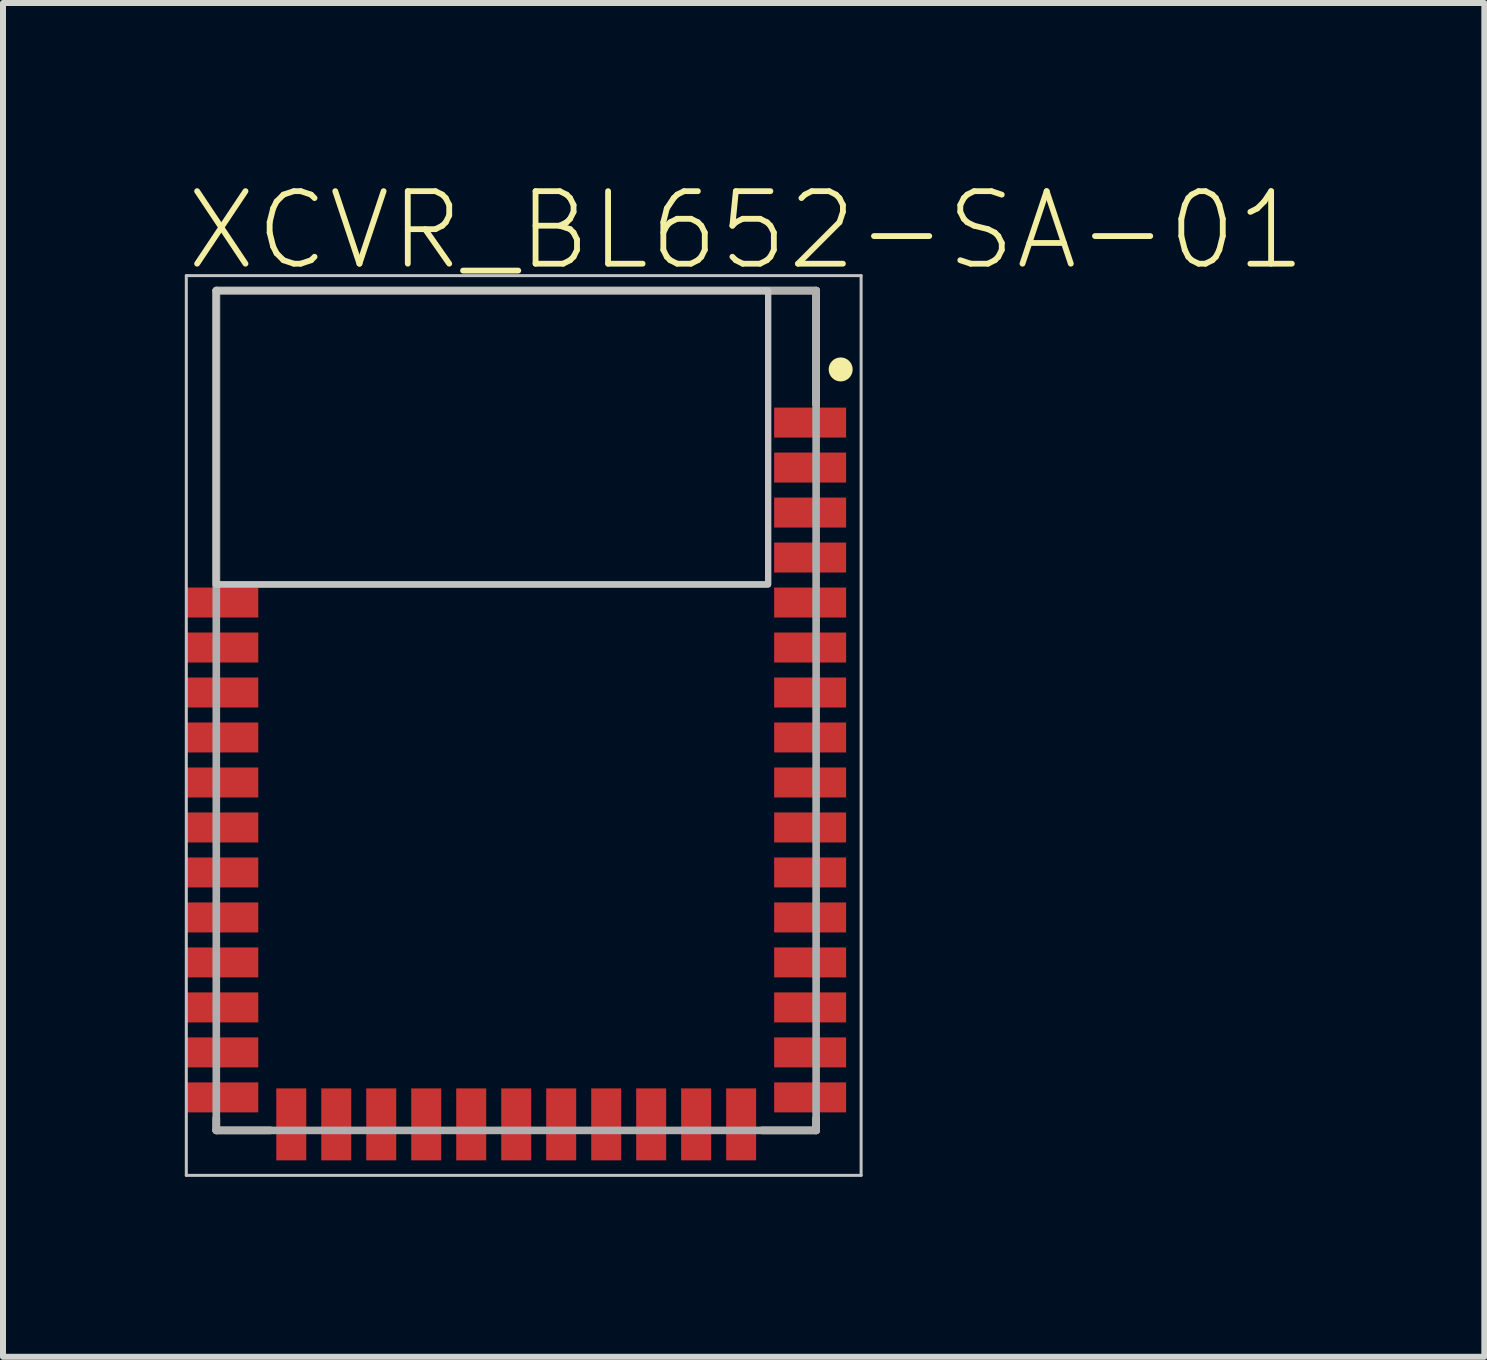
<source format=kicad_pcb>
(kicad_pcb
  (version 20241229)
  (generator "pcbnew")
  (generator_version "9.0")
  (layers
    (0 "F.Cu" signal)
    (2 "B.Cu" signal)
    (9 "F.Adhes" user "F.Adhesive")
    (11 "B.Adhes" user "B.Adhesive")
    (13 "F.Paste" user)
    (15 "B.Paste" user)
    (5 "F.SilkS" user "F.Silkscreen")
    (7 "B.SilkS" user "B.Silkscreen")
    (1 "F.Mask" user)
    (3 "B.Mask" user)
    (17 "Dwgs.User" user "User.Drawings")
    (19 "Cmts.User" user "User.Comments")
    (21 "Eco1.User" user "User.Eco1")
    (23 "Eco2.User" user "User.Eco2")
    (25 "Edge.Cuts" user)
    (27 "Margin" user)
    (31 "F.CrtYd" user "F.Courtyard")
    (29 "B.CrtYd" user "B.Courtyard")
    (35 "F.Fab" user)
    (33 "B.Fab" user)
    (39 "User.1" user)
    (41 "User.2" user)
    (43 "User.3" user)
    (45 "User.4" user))
  (footprint "XCVR_BL652-SA-01"
    (layer "F.Cu")
    (at 5.556 8.795)
    (property "Reference" "XCVR_BL652-SA-01" (at -5.556 -7.296 180) (layer "F.SilkS") (effects (font (size 1.209 1.209) (thickness 0.097)) (justify left bottom)))
    (attr through_hole)
    (fp_line (start -5 -2.1) (end -5 -7) (stroke (width 0.127) (type solid)) (layer "F.SilkS"))
    (fp_line (start -5 6.8) (end -5 7) (stroke (width 0.127) (type solid)) (layer "F.SilkS"))
    (fp_line (start -5 7) (end -4.1 7) (stroke (width 0.127) (type solid)) (layer "F.SilkS"))
    (fp_line (start 5 -7) (end -5 -7) (stroke (width 0.127) (type solid)) (layer "F.SilkS"))
    (fp_line (start 5 -5.1) (end 5 -7) (stroke (width 0.127) (type solid)) (layer "F.SilkS"))
    (fp_line (start 5 6.8) (end 5 7) (stroke (width 0.127) (type solid)) (layer "F.SilkS"))
    (fp_line (start 5 7) (end 4.1 7) (stroke (width 0.127) (type solid)) (layer "F.SilkS"))
    (fp_circle (center 5.409 -5.686) (end 5.509 -5.686) (stroke (width 0.2) (type solid)) (fill no) (layer "F.SilkS"))
    (fp_line (start -5.5 -7.25) (end 5.75 -7.25) (stroke (width 0.05) (type solid)) (layer "Dwgs.User"))
    (fp_line (start -5.5 7.75) (end -5.5 -7.25) (stroke (width 0.05) (type solid)) (layer "Dwgs.User"))
    (fp_line (start 5.75 -7.25) (end 5.75 7.75) (stroke (width 0.05) (type solid)) (layer "Dwgs.User"))
    (fp_line (start 5.75 7.75) (end -5.5 7.75) (stroke (width 0.05) (type solid)) (layer "Dwgs.User"))
    (fp_poly (pts (xy -5.006 -2.102) (xy 4.2 -2.102) (xy 4.2 -7) (xy -5.006 -7)) (stroke (width 0.1) (type solid)) (fill no) (layer "Dwgs.User"))
    (fp_poly (pts (xy -5.004 -2.102) (xy 4.2 -2.102) (xy 4.2 -7) (xy -5.004 -7)) (stroke (width 0.1) (type solid)) (fill no) (layer "Dwgs.User"))
    (fp_poly (pts (xy -5.003 -2.101) (xy 4.2 -2.101) (xy 4.2 -7) (xy -5.003 -7)) (stroke (width 0.1) (type solid)) (fill no) (layer "Dwgs.User"))
    (fp_line (start -5 -7) (end -5 7) (stroke (width 0.127) (type solid)) (layer "F.Fab"))
    (fp_line (start -5 -7) (end 5 -7) (stroke (width 0.127) (type solid)) (layer "F.Fab"))
    (fp_line (start 5 -7) (end 5 7) (stroke (width 0.127) (type solid)) (layer "F.Fab"))
    (fp_line (start 5 7) (end -5 7) (stroke (width 0.127) (type solid)) (layer "F.Fab"))
    (pad "1" smd rect (at 4.9 -4.8) (size 1.2 0.5) (layers "F.Cu" "F.Mask" "F.Paste"))
    (pad "2" smd rect (at 4.9 -4.05) (size 1.2 0.5) (layers "F.Cu" "F.Mask" "F.Paste"))
    (pad "3" smd rect (at 4.9 -3.3) (size 1.2 0.5) (layers "F.Cu" "F.Mask" "F.Paste"))
    (pad "4" smd rect (at 4.9 -2.55) (size 1.2 0.5) (layers "F.Cu" "F.Mask" "F.Paste"))
    (pad "5" smd rect (at 4.9 -1.8) (size 1.2 0.5) (layers "F.Cu" "F.Mask" "F.Paste"))
    (pad "6" smd rect (at 4.9 -1.05) (size 1.2 0.5) (layers "F.Cu" "F.Mask" "F.Paste"))
    (pad "7" smd rect (at 4.9 -0.3) (size 1.2 0.5) (layers "F.Cu" "F.Mask" "F.Paste"))
    (pad "8" smd rect (at 4.9 0.45) (size 1.2 0.5) (layers "F.Cu" "F.Mask" "F.Paste"))
    (pad "9" smd rect (at 4.9 1.2) (size 1.2 0.5) (layers "F.Cu" "F.Mask" "F.Paste"))
    (pad "10" smd rect (at 4.9 1.95) (size 1.2 0.5) (layers "F.Cu" "F.Mask" "F.Paste"))
    (pad "11" smd rect (at 4.9 2.7) (size 1.2 0.5) (layers "F.Cu" "F.Mask" "F.Paste"))
    (pad "12" smd rect (at 4.9 3.45) (size 1.2 0.5) (layers "F.Cu" "F.Mask" "F.Paste"))
    (pad "13" smd rect (at 4.9 4.2) (size 1.2 0.5) (layers "F.Cu" "F.Mask" "F.Paste"))
    (pad "14" smd rect (at 4.9 4.95) (size 1.2 0.5) (layers "F.Cu" "F.Mask" "F.Paste"))
    (pad "15" smd rect (at 4.9 5.7) (size 1.2 0.5) (layers "F.Cu" "F.Mask" "F.Paste"))
    (pad "16" smd rect (at 4.9 6.45) (size 1.2 0.5) (layers "F.Cu" "F.Mask" "F.Paste"))
    (pad "17" smd rect (at 3.75 6.9 90) (size 1.2 0.5) (layers "F.Cu" "F.Mask" "F.Paste"))
    (pad "18" smd rect (at 3 6.9 90) (size 1.2 0.5) (layers "F.Cu" "F.Mask" "F.Paste"))
    (pad "19" smd rect (at 2.25 6.9 90) (size 1.2 0.5) (layers "F.Cu" "F.Mask" "F.Paste"))
    (pad "20" smd rect (at 1.5 6.9 90) (size 1.2 0.5) (layers "F.Cu" "F.Mask" "F.Paste"))
    (pad "21" smd rect (at 0.75 6.9 90) (size 1.2 0.5) (layers "F.Cu" "F.Mask" "F.Paste"))
    (pad "22" smd rect (at 0 6.9 90) (size 1.2 0.5) (layers "F.Cu" "F.Mask" "F.Paste"))
    (pad "23" smd rect (at -0.75 6.9 90) (size 1.2 0.5) (layers "F.Cu" "F.Mask" "F.Paste"))
    (pad "24" smd rect (at -1.5 6.9 90) (size 1.2 0.5) (layers "F.Cu" "F.Mask" "F.Paste"))
    (pad "25" smd rect (at -2.25 6.9 90) (size 1.2 0.5) (layers "F.Cu" "F.Mask" "F.Paste"))
    (pad "26" smd rect (at -3 6.9 90) (size 1.2 0.5) (layers "F.Cu" "F.Mask" "F.Paste"))
    (pad "27" smd rect (at -3.75 6.9 90) (size 1.2 0.5) (layers "F.Cu" "F.Mask" "F.Paste"))
    (pad "28" smd rect (at -4.9 6.45) (size 1.2 0.5) (layers "F.Cu" "F.Mask" "F.Paste"))
    (pad "29" smd rect (at -4.9 5.7) (size 1.2 0.5) (layers "F.Cu" "F.Mask" "F.Paste"))
    (pad "30" smd rect (at -4.9 4.95) (size 1.2 0.5) (layers "F.Cu" "F.Mask" "F.Paste"))
    (pad "31" smd rect (at -4.9 4.2) (size 1.2 0.5) (layers "F.Cu" "F.Mask" "F.Paste"))
    (pad "32" smd rect (at -4.9 3.45) (size 1.2 0.5) (layers "F.Cu" "F.Mask" "F.Paste"))
    (pad "33" smd rect (at -4.9 2.7) (size 1.2 0.5) (layers "F.Cu" "F.Mask" "F.Paste"))
    (pad "34" smd rect (at -4.9 1.95) (size 1.2 0.5) (layers "F.Cu" "F.Mask" "F.Paste"))
    (pad "35" smd rect (at -4.9 1.2) (size 1.2 0.5) (layers "F.Cu" "F.Mask" "F.Paste"))
    (pad "36" smd rect (at -4.9 0.45) (size 1.2 0.5) (layers "F.Cu" "F.Mask" "F.Paste"))
    (pad "37" smd rect (at -4.9 -0.3) (size 1.2 0.5) (layers "F.Cu" "F.Mask" "F.Paste"))
    (pad "38" smd rect (at -4.9 -1.05) (size 1.2 0.5) (layers "F.Cu" "F.Mask" "F.Paste"))
    (pad "39" smd rect (at -4.9 -1.8) (size 1.2 0.5) (layers "F.Cu" "F.Mask" "F.Paste")))
  (gr_rect
    (start -3 -3)
    (end 21.696 19.57)
    (stroke (width 0.1) (type default))
    (fill no)
    (layer "Edge.Cuts")))
</source>
